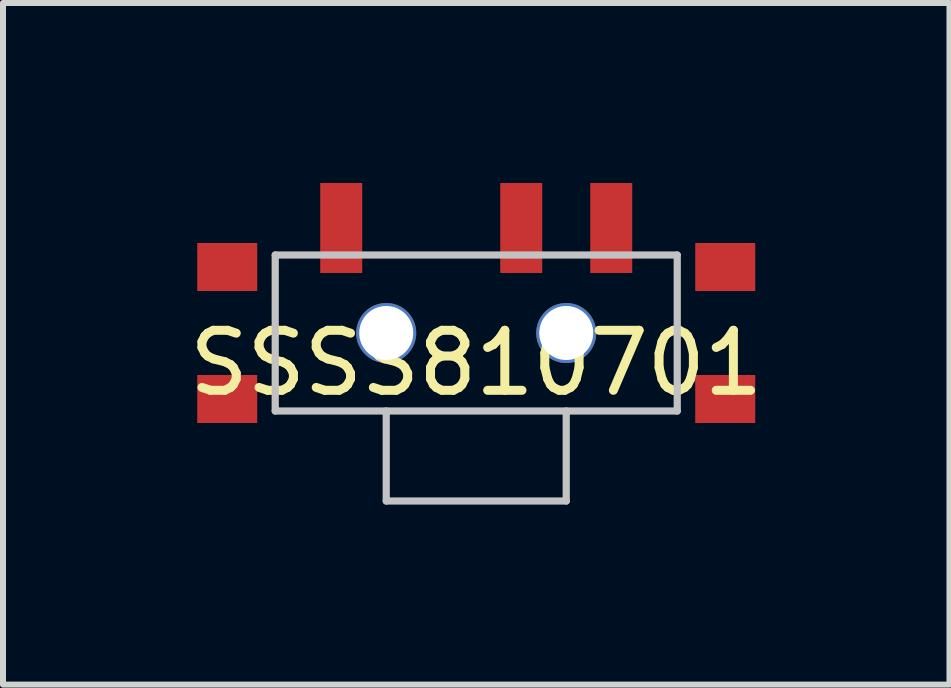
<source format=kicad_pcb>
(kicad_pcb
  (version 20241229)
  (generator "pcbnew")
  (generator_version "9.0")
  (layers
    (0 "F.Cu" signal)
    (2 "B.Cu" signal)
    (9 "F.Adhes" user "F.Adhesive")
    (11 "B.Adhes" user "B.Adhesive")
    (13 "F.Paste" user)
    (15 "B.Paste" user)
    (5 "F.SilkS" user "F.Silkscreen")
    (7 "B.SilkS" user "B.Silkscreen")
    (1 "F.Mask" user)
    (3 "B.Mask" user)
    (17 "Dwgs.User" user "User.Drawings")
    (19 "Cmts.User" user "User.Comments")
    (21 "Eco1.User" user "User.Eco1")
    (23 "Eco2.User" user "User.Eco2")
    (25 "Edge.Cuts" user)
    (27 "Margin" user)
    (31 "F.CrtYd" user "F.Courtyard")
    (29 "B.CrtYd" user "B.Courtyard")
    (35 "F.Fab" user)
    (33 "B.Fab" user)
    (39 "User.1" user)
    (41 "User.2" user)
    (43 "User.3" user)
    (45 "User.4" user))
  (footprint "SSSS810701"
    (layer "F.Cu")
    (at 4.887 2.5)
    (property "Reference" "SSSS810701" (at 0 0.5 0) (layer "F.SilkS") (effects (font (size 1 1) (thickness 0.15))))
    (attr through_hole)
    (fp_line (start -3.35 -1.3) (end -3.35 1.3) (stroke (width 0.12) (type solid)) (layer "Dwgs.User"))
    (fp_line (start -3.35 1.3) (end 3.35 1.3) (stroke (width 0.12) (type solid)) (layer "Dwgs.User"))
    (fp_line (start -1.5 1.3) (end -1.5 2.8) (stroke (width 0.12) (type solid)) (layer "Dwgs.User"))
    (fp_line (start -1.5 2.8) (end 1.5 2.8) (stroke (width 0.12) (type solid)) (layer "Dwgs.User"))
    (fp_line (start 1.5 2.8) (end 1.5 1.3) (stroke (width 0.12) (type solid)) (layer "Dwgs.User"))
    (fp_line (start 3.35 -1.3) (end -3.35 -1.3) (stroke (width 0.12) (type solid)) (layer "Dwgs.User"))
    (fp_line (start 3.35 1.3) (end 3.35 -1.3) (stroke (width 0.12) (type solid)) (layer "Dwgs.User"))
    (pad "" np_thru_hole circle (at -1.5 0) (size 1 1) (drill 0.9) (layers "*.Cu" "*.Mask"))
    (pad "" np_thru_hole circle (at 1.5 0) (size 1 1) (drill 0.9) (layers "*.Cu" "*.Mask"))
    (pad "1" smd rect (at -2.25 -1.75) (size 0.7 1.5) (layers "F.Cu" "F.Mask" "F.Paste"))
    (pad "2" smd rect (at 0.75 -1.75) (size 0.7 1.5) (layers "F.Cu" "F.Mask" "F.Paste"))
    (pad "3" smd rect (at 2.25 -1.75) (size 0.7 1.5) (layers "F.Cu" "F.Mask" "F.Paste"))
    (pad "MP" smd rect (at -4.15 -1.1) (size 1 0.8) (layers "F.Cu" "F.Mask" "F.Paste"))
    (pad "MP" smd rect (at -4.15 1.1) (size 1 0.8) (layers "F.Cu" "F.Mask" "F.Paste"))
    (pad "MP" smd rect (at 4.15 -1.1) (size 1 0.8) (layers "F.Cu" "F.Mask" "F.Paste"))
    (pad "MP" smd rect (at 4.15 1.1) (size 1 0.8) (layers "F.Cu" "F.Mask" "F.Paste")))
  (gr_rect
    (start -3 -3)
    (end 12.774 8.36)
    (stroke (width 0.1) (type default))
    (fill no)
    (layer "Edge.Cuts")))
</source>
